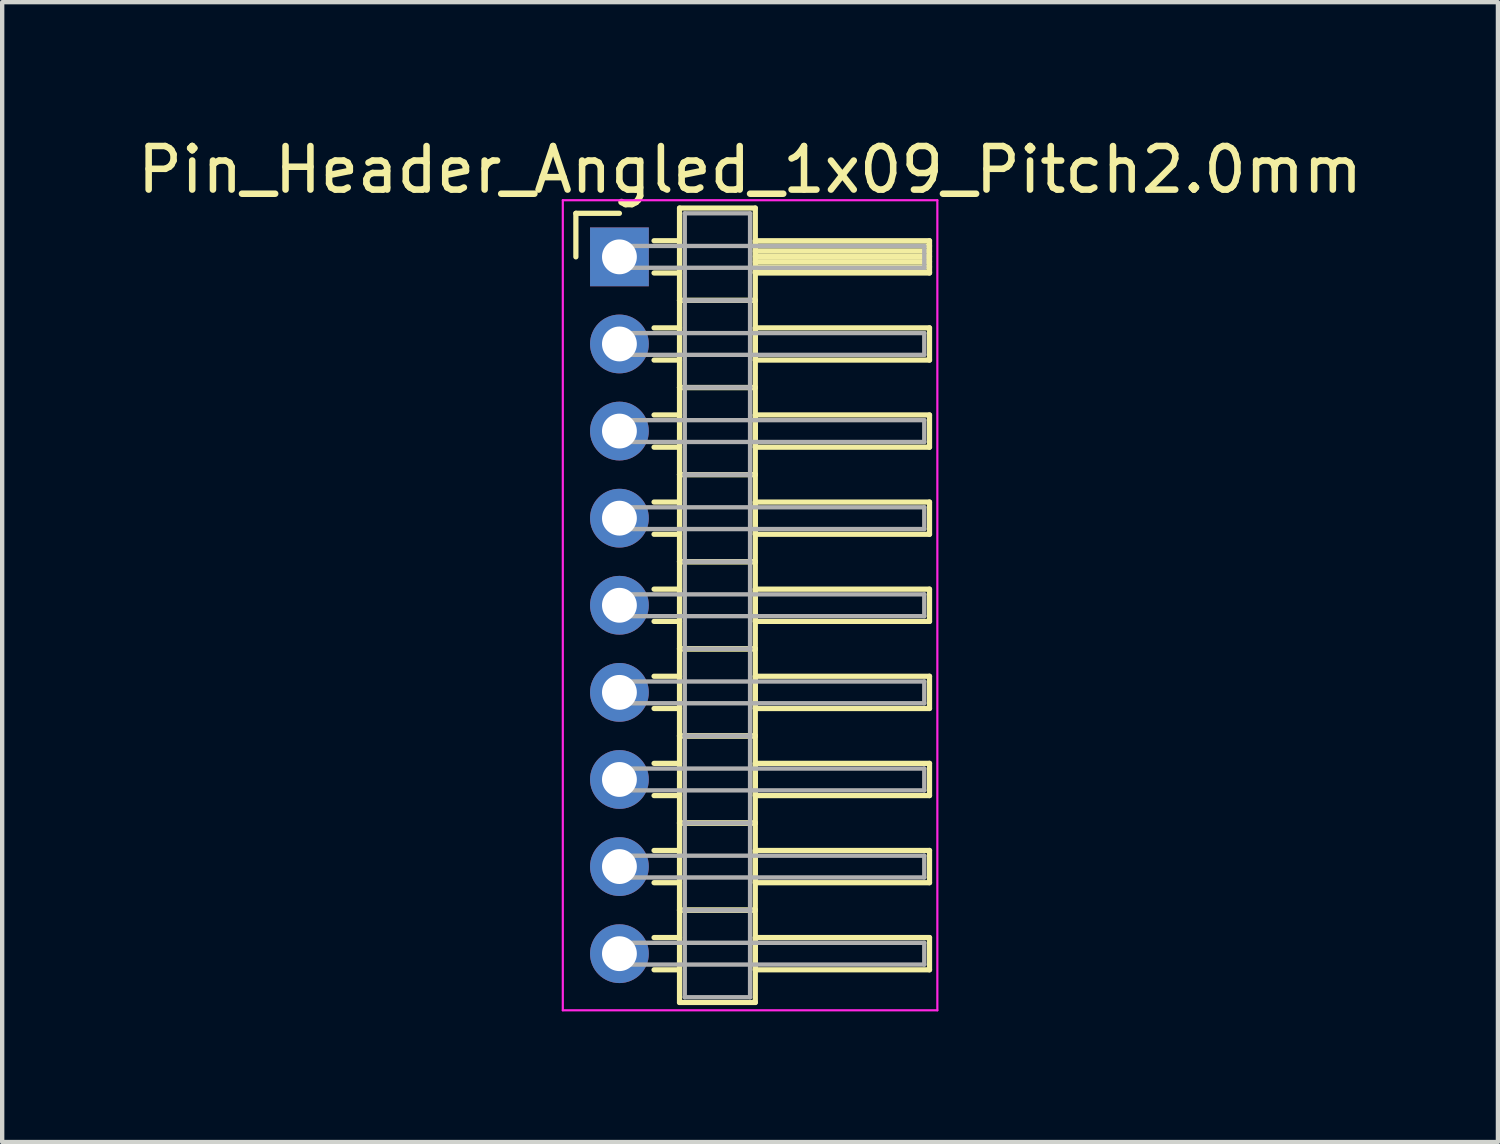
<source format=kicad_pcb>
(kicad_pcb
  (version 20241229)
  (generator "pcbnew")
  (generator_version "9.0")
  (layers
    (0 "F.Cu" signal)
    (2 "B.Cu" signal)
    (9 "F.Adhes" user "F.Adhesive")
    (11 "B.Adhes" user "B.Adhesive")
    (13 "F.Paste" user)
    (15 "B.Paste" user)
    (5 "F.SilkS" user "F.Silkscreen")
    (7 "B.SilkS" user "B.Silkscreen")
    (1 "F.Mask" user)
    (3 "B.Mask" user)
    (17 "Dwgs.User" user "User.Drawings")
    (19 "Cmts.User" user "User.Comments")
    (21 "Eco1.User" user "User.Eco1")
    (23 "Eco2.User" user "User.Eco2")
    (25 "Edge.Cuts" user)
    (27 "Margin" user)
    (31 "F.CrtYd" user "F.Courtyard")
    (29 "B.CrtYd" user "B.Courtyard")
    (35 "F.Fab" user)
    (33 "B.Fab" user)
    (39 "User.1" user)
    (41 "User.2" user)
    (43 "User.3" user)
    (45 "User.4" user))
  (footprint "Pin_Header_Angled_1x09_Pitch2.0mm"
    (layer "F.Cu")
    (at 11.173 2.848)
    (property "Reference" "Pin_Header_Angled_1x09_Pitch2.0mm" (at 3 -2 0) (layer "F.SilkS") (effects (font (size 1 1) (thickness 0.15))))
    (attr through_hole)
    (fp_line (start -1 -1) (end 0 -1) (stroke (width 0.12) (type solid)) (layer "F.SilkS"))
    (fp_line (start -1 0) (end -1 -1) (stroke (width 0.12) (type solid)) (layer "F.SilkS"))
    (fp_line (start 0.795 -0.37) (end 1.38 -0.37) (stroke (width 0.12) (type solid)) (layer "F.SilkS"))
    (fp_line (start 0.795 0.37) (end 1.38 0.37) (stroke (width 0.12) (type solid)) (layer "F.SilkS"))
    (fp_line (start 0.795 1.63) (end 1.38 1.63) (stroke (width 0.12) (type solid)) (layer "F.SilkS"))
    (fp_line (start 0.795 2.37) (end 1.38 2.37) (stroke (width 0.12) (type solid)) (layer "F.SilkS"))
    (fp_line (start 0.795 3.63) (end 1.38 3.63) (stroke (width 0.12) (type solid)) (layer "F.SilkS"))
    (fp_line (start 0.795 4.37) (end 1.38 4.37) (stroke (width 0.12) (type solid)) (layer "F.SilkS"))
    (fp_line (start 0.795 5.63) (end 1.38 5.63) (stroke (width 0.12) (type solid)) (layer "F.SilkS"))
    (fp_line (start 0.795 6.37) (end 1.38 6.37) (stroke (width 0.12) (type solid)) (layer "F.SilkS"))
    (fp_line (start 0.795 7.63) (end 1.38 7.63) (stroke (width 0.12) (type solid)) (layer "F.SilkS"))
    (fp_line (start 0.795 8.37) (end 1.38 8.37) (stroke (width 0.12) (type solid)) (layer "F.SilkS"))
    (fp_line (start 0.795 9.63) (end 1.38 9.63) (stroke (width 0.12) (type solid)) (layer "F.SilkS"))
    (fp_line (start 0.795 10.37) (end 1.38 10.37) (stroke (width 0.12) (type solid)) (layer "F.SilkS"))
    (fp_line (start 0.795 11.63) (end 1.38 11.63) (stroke (width 0.12) (type solid)) (layer "F.SilkS"))
    (fp_line (start 0.795 12.37) (end 1.38 12.37) (stroke (width 0.12) (type solid)) (layer "F.SilkS"))
    (fp_line (start 0.795 13.63) (end 1.38 13.63) (stroke (width 0.12) (type solid)) (layer "F.SilkS"))
    (fp_line (start 0.795 14.37) (end 1.38 14.37) (stroke (width 0.12) (type solid)) (layer "F.SilkS"))
    (fp_line (start 0.795 15.63) (end 1.38 15.63) (stroke (width 0.12) (type solid)) (layer "F.SilkS"))
    (fp_line (start 0.795 16.37) (end 1.38 16.37) (stroke (width 0.12) (type solid)) (layer "F.SilkS"))
    (fp_line (start 1.38 -1.12) (end 1.38 1) (stroke (width 0.12) (type solid)) (layer "F.SilkS"))
    (fp_line (start 1.38 1) (end 1.38 3) (stroke (width 0.12) (type solid)) (layer "F.SilkS"))
    (fp_line (start 1.38 1) (end 3.12 1) (stroke (width 0.12) (type solid)) (layer "F.SilkS"))
    (fp_line (start 1.38 3) (end 1.38 5) (stroke (width 0.12) (type solid)) (layer "F.SilkS"))
    (fp_line (start 1.38 3) (end 3.12 3) (stroke (width 0.12) (type solid)) (layer "F.SilkS"))
    (fp_line (start 1.38 5) (end 1.38 7) (stroke (width 0.12) (type solid)) (layer "F.SilkS"))
    (fp_line (start 1.38 5) (end 3.12 5) (stroke (width 0.12) (type solid)) (layer "F.SilkS"))
    (fp_line (start 1.38 7) (end 1.38 9) (stroke (width 0.12) (type solid)) (layer "F.SilkS"))
    (fp_line (start 1.38 7) (end 3.12 7) (stroke (width 0.12) (type solid)) (layer "F.SilkS"))
    (fp_line (start 1.38 9) (end 1.38 11) (stroke (width 0.12) (type solid)) (layer "F.SilkS"))
    (fp_line (start 1.38 9) (end 3.12 9) (stroke (width 0.12) (type solid)) (layer "F.SilkS"))
    (fp_line (start 1.38 11) (end 1.38 13) (stroke (width 0.12) (type solid)) (layer "F.SilkS"))
    (fp_line (start 1.38 11) (end 3.12 11) (stroke (width 0.12) (type solid)) (layer "F.SilkS"))
    (fp_line (start 1.38 13) (end 1.38 15) (stroke (width 0.12) (type solid)) (layer "F.SilkS"))
    (fp_line (start 1.38 13) (end 3.12 13) (stroke (width 0.12) (type solid)) (layer "F.SilkS"))
    (fp_line (start 1.38 15) (end 1.38 17.12) (stroke (width 0.12) (type solid)) (layer "F.SilkS"))
    (fp_line (start 1.38 15) (end 3.12 15) (stroke (width 0.12) (type solid)) (layer "F.SilkS"))
    (fp_line (start 1.38 17.12) (end 3.12 17.12) (stroke (width 0.12) (type solid)) (layer "F.SilkS"))
    (fp_line (start 3.12 -1.12) (end 1.38 -1.12) (stroke (width 0.12) (type solid)) (layer "F.SilkS"))
    (fp_line (start 3.12 -0.37) (end 3.12 0.37) (stroke (width 0.12) (type solid)) (layer "F.SilkS"))
    (fp_line (start 3.12 -0.25) (end 7.12 -0.25) (stroke (width 0.12) (type solid)) (layer "F.SilkS"))
    (fp_line (start 3.12 -0.13) (end 7.12 -0.13) (stroke (width 0.12) (type solid)) (layer "F.SilkS"))
    (fp_line (start 3.12 -0.01) (end 7.12 -0.01) (stroke (width 0.12) (type solid)) (layer "F.SilkS"))
    (fp_line (start 3.12 0.11) (end 7.12 0.11) (stroke (width 0.12) (type solid)) (layer "F.SilkS"))
    (fp_line (start 3.12 0.23) (end 7.12 0.23) (stroke (width 0.12) (type solid)) (layer "F.SilkS"))
    (fp_line (start 3.12 0.35) (end 7.12 0.35) (stroke (width 0.12) (type solid)) (layer "F.SilkS"))
    (fp_line (start 3.12 0.37) (end 7.12 0.37) (stroke (width 0.12) (type solid)) (layer "F.SilkS"))
    (fp_line (start 3.12 1) (end 1.38 1) (stroke (width 0.12) (type solid)) (layer "F.SilkS"))
    (fp_line (start 3.12 1) (end 3.12 -1.12) (stroke (width 0.12) (type solid)) (layer "F.SilkS"))
    (fp_line (start 3.12 1.63) (end 3.12 2.37) (stroke (width 0.12) (type solid)) (layer "F.SilkS"))
    (fp_line (start 3.12 2.37) (end 7.12 2.37) (stroke (width 0.12) (type solid)) (layer "F.SilkS"))
    (fp_line (start 3.12 3) (end 1.38 3) (stroke (width 0.12) (type solid)) (layer "F.SilkS"))
    (fp_line (start 3.12 3) (end 3.12 1) (stroke (width 0.12) (type solid)) (layer "F.SilkS"))
    (fp_line (start 3.12 3.63) (end 3.12 4.37) (stroke (width 0.12) (type solid)) (layer "F.SilkS"))
    (fp_line (start 3.12 4.37) (end 7.12 4.37) (stroke (width 0.12) (type solid)) (layer "F.SilkS"))
    (fp_line (start 3.12 5) (end 1.38 5) (stroke (width 0.12) (type solid)) (layer "F.SilkS"))
    (fp_line (start 3.12 5) (end 3.12 3) (stroke (width 0.12) (type solid)) (layer "F.SilkS"))
    (fp_line (start 3.12 5.63) (end 3.12 6.37) (stroke (width 0.12) (type solid)) (layer "F.SilkS"))
    (fp_line (start 3.12 6.37) (end 7.12 6.37) (stroke (width 0.12) (type solid)) (layer "F.SilkS"))
    (fp_line (start 3.12 7) (end 1.38 7) (stroke (width 0.12) (type solid)) (layer "F.SilkS"))
    (fp_line (start 3.12 7) (end 3.12 5) (stroke (width 0.12) (type solid)) (layer "F.SilkS"))
    (fp_line (start 3.12 7.63) (end 3.12 8.37) (stroke (width 0.12) (type solid)) (layer "F.SilkS"))
    (fp_line (start 3.12 8.37) (end 7.12 8.37) (stroke (width 0.12) (type solid)) (layer "F.SilkS"))
    (fp_line (start 3.12 9) (end 1.38 9) (stroke (width 0.12) (type solid)) (layer "F.SilkS"))
    (fp_line (start 3.12 9) (end 3.12 7) (stroke (width 0.12) (type solid)) (layer "F.SilkS"))
    (fp_line (start 3.12 9.63) (end 3.12 10.37) (stroke (width 0.12) (type solid)) (layer "F.SilkS"))
    (fp_line (start 3.12 10.37) (end 7.12 10.37) (stroke (width 0.12) (type solid)) (layer "F.SilkS"))
    (fp_line (start 3.12 11) (end 1.38 11) (stroke (width 0.12) (type solid)) (layer "F.SilkS"))
    (fp_line (start 3.12 11) (end 3.12 9) (stroke (width 0.12) (type solid)) (layer "F.SilkS"))
    (fp_line (start 3.12 11.63) (end 3.12 12.37) (stroke (width 0.12) (type solid)) (layer "F.SilkS"))
    (fp_line (start 3.12 12.37) (end 7.12 12.37) (stroke (width 0.12) (type solid)) (layer "F.SilkS"))
    (fp_line (start 3.12 13) (end 1.38 13) (stroke (width 0.12) (type solid)) (layer "F.SilkS"))
    (fp_line (start 3.12 13) (end 3.12 11) (stroke (width 0.12) (type solid)) (layer "F.SilkS"))
    (fp_line (start 3.12 13.63) (end 3.12 14.37) (stroke (width 0.12) (type solid)) (layer "F.SilkS"))
    (fp_line (start 3.12 14.37) (end 7.12 14.37) (stroke (width 0.12) (type solid)) (layer "F.SilkS"))
    (fp_line (start 3.12 15) (end 1.38 15) (stroke (width 0.12) (type solid)) (layer "F.SilkS"))
    (fp_line (start 3.12 15) (end 3.12 13) (stroke (width 0.12) (type solid)) (layer "F.SilkS"))
    (fp_line (start 3.12 15.63) (end 3.12 16.37) (stroke (width 0.12) (type solid)) (layer "F.SilkS"))
    (fp_line (start 3.12 16.37) (end 7.12 16.37) (stroke (width 0.12) (type solid)) (layer "F.SilkS"))
    (fp_line (start 3.12 17.12) (end 3.12 15) (stroke (width 0.12) (type solid)) (layer "F.SilkS"))
    (fp_line (start 7.12 -0.37) (end 3.12 -0.37) (stroke (width 0.12) (type solid)) (layer "F.SilkS"))
    (fp_line (start 7.12 0.37) (end 7.12 -0.37) (stroke (width 0.12) (type solid)) (layer "F.SilkS"))
    (fp_line (start 7.12 1.63) (end 3.12 1.63) (stroke (width 0.12) (type solid)) (layer "F.SilkS"))
    (fp_line (start 7.12 2.37) (end 7.12 1.63) (stroke (width 0.12) (type solid)) (layer "F.SilkS"))
    (fp_line (start 7.12 3.63) (end 3.12 3.63) (stroke (width 0.12) (type solid)) (layer "F.SilkS"))
    (fp_line (start 7.12 4.37) (end 7.12 3.63) (stroke (width 0.12) (type solid)) (layer "F.SilkS"))
    (fp_line (start 7.12 5.63) (end 3.12 5.63) (stroke (width 0.12) (type solid)) (layer "F.SilkS"))
    (fp_line (start 7.12 6.37) (end 7.12 5.63) (stroke (width 0.12) (type solid)) (layer "F.SilkS"))
    (fp_line (start 7.12 7.63) (end 3.12 7.63) (stroke (width 0.12) (type solid)) (layer "F.SilkS"))
    (fp_line (start 7.12 8.37) (end 7.12 7.63) (stroke (width 0.12) (type solid)) (layer "F.SilkS"))
    (fp_line (start 7.12 9.63) (end 3.12 9.63) (stroke (width 0.12) (type solid)) (layer "F.SilkS"))
    (fp_line (start 7.12 10.37) (end 7.12 9.63) (stroke (width 0.12) (type solid)) (layer "F.SilkS"))
    (fp_line (start 7.12 11.63) (end 3.12 11.63) (stroke (width 0.12) (type solid)) (layer "F.SilkS"))
    (fp_line (start 7.12 12.37) (end 7.12 11.63) (stroke (width 0.12) (type solid)) (layer "F.SilkS"))
    (fp_line (start 7.12 13.63) (end 3.12 13.63) (stroke (width 0.12) (type solid)) (layer "F.SilkS"))
    (fp_line (start 7.12 14.37) (end 7.12 13.63) (stroke (width 0.12) (type solid)) (layer "F.SilkS"))
    (fp_line (start 7.12 15.63) (end 3.12 15.63) (stroke (width 0.12) (type solid)) (layer "F.SilkS"))
    (fp_line (start 7.12 16.37) (end 7.12 15.63) (stroke (width 0.12) (type solid)) (layer "F.SilkS"))
    (fp_line (start -1.3 -1.3) (end -1.3 17.3) (stroke (width 0.05) (type solid)) (layer "F.CrtYd"))
    (fp_line (start -1.3 17.3) (end 7.3 17.3) (stroke (width 0.05) (type solid)) (layer "F.CrtYd"))
    (fp_line (start 7.3 -1.3) (end -1.3 -1.3) (stroke (width 0.05) (type solid)) (layer "F.CrtYd"))
    (fp_line (start 7.3 17.3) (end 7.3 -1.3) (stroke (width 0.05) (type solid)) (layer "F.CrtYd"))
    (fp_line (start 0 -0.25) (end 0 0.25) (stroke (width 0.1) (type solid)) (layer "F.Fab"))
    (fp_line (start 0 0.25) (end 7 0.25) (stroke (width 0.1) (type solid)) (layer "F.Fab"))
    (fp_line (start 0 1.75) (end 0 2.25) (stroke (width 0.1) (type solid)) (layer "F.Fab"))
    (fp_line (start 0 2.25) (end 7 2.25) (stroke (width 0.1) (type solid)) (layer "F.Fab"))
    (fp_line (start 0 3.75) (end 0 4.25) (stroke (width 0.1) (type solid)) (layer "F.Fab"))
    (fp_line (start 0 4.25) (end 7 4.25) (stroke (width 0.1) (type solid)) (layer "F.Fab"))
    (fp_line (start 0 5.75) (end 0 6.25) (stroke (width 0.1) (type solid)) (layer "F.Fab"))
    (fp_line (start 0 6.25) (end 7 6.25) (stroke (width 0.1) (type solid)) (layer "F.Fab"))
    (fp_line (start 0 7.75) (end 0 8.25) (stroke (width 0.1) (type solid)) (layer "F.Fab"))
    (fp_line (start 0 8.25) (end 7 8.25) (stroke (width 0.1) (type solid)) (layer "F.Fab"))
    (fp_line (start 0 9.75) (end 0 10.25) (stroke (width 0.1) (type solid)) (layer "F.Fab"))
    (fp_line (start 0 10.25) (end 7 10.25) (stroke (width 0.1) (type solid)) (layer "F.Fab"))
    (fp_line (start 0 11.75) (end 0 12.25) (stroke (width 0.1) (type solid)) (layer "F.Fab"))
    (fp_line (start 0 12.25) (end 7 12.25) (stroke (width 0.1) (type solid)) (layer "F.Fab"))
    (fp_line (start 0 13.75) (end 0 14.25) (stroke (width 0.1) (type solid)) (layer "F.Fab"))
    (fp_line (start 0 14.25) (end 7 14.25) (stroke (width 0.1) (type solid)) (layer "F.Fab"))
    (fp_line (start 0 15.75) (end 0 16.25) (stroke (width 0.1) (type solid)) (layer "F.Fab"))
    (fp_line (start 0 16.25) (end 7 16.25) (stroke (width 0.1) (type solid)) (layer "F.Fab"))
    (fp_line (start 1.5 -1) (end 1.5 1) (stroke (width 0.1) (type solid)) (layer "F.Fab"))
    (fp_line (start 1.5 1) (end 1.5 3) (stroke (width 0.1) (type solid)) (layer "F.Fab"))
    (fp_line (start 1.5 1) (end 3 1) (stroke (width 0.1) (type solid)) (layer "F.Fab"))
    (fp_line (start 1.5 3) (end 1.5 5) (stroke (width 0.1) (type solid)) (layer "F.Fab"))
    (fp_line (start 1.5 3) (end 3 3) (stroke (width 0.1) (type solid)) (layer "F.Fab"))
    (fp_line (start 1.5 5) (end 1.5 7) (stroke (width 0.1) (type solid)) (layer "F.Fab"))
    (fp_line (start 1.5 5) (end 3 5) (stroke (width 0.1) (type solid)) (layer "F.Fab"))
    (fp_line (start 1.5 7) (end 1.5 9) (stroke (width 0.1) (type solid)) (layer "F.Fab"))
    (fp_line (start 1.5 7) (end 3 7) (stroke (width 0.1) (type solid)) (layer "F.Fab"))
    (fp_line (start 1.5 9) (end 1.5 11) (stroke (width 0.1) (type solid)) (layer "F.Fab"))
    (fp_line (start 1.5 9) (end 3 9) (stroke (width 0.1) (type solid)) (layer "F.Fab"))
    (fp_line (start 1.5 11) (end 1.5 13) (stroke (width 0.1) (type solid)) (layer "F.Fab"))
    (fp_line (start 1.5 11) (end 3 11) (stroke (width 0.1) (type solid)) (layer "F.Fab"))
    (fp_line (start 1.5 13) (end 1.5 15) (stroke (width 0.1) (type solid)) (layer "F.Fab"))
    (fp_line (start 1.5 13) (end 3 13) (stroke (width 0.1) (type solid)) (layer "F.Fab"))
    (fp_line (start 1.5 15) (end 1.5 17) (stroke (width 0.1) (type solid)) (layer "F.Fab"))
    (fp_line (start 1.5 15) (end 3 15) (stroke (width 0.1) (type solid)) (layer "F.Fab"))
    (fp_line (start 1.5 17) (end 3 17) (stroke (width 0.1) (type solid)) (layer "F.Fab"))
    (fp_line (start 3 -1) (end 1.5 -1) (stroke (width 0.1) (type solid)) (layer "F.Fab"))
    (fp_line (start 3 1) (end 1.5 1) (stroke (width 0.1) (type solid)) (layer "F.Fab"))
    (fp_line (start 3 1) (end 3 -1) (stroke (width 0.1) (type solid)) (layer "F.Fab"))
    (fp_line (start 3 3) (end 1.5 3) (stroke (width 0.1) (type solid)) (layer "F.Fab"))
    (fp_line (start 3 3) (end 3 1) (stroke (width 0.1) (type solid)) (layer "F.Fab"))
    (fp_line (start 3 5) (end 1.5 5) (stroke (width 0.1) (type solid)) (layer "F.Fab"))
    (fp_line (start 3 5) (end 3 3) (stroke (width 0.1) (type solid)) (layer "F.Fab"))
    (fp_line (start 3 7) (end 1.5 7) (stroke (width 0.1) (type solid)) (layer "F.Fab"))
    (fp_line (start 3 7) (end 3 5) (stroke (width 0.1) (type solid)) (layer "F.Fab"))
    (fp_line (start 3 9) (end 1.5 9) (stroke (width 0.1) (type solid)) (layer "F.Fab"))
    (fp_line (start 3 9) (end 3 7) (stroke (width 0.1) (type solid)) (layer "F.Fab"))
    (fp_line (start 3 11) (end 1.5 11) (stroke (width 0.1) (type solid)) (layer "F.Fab"))
    (fp_line (start 3 11) (end 3 9) (stroke (width 0.1) (type solid)) (layer "F.Fab"))
    (fp_line (start 3 13) (end 1.5 13) (stroke (width 0.1) (type solid)) (layer "F.Fab"))
    (fp_line (start 3 13) (end 3 11) (stroke (width 0.1) (type solid)) (layer "F.Fab"))
    (fp_line (start 3 15) (end 1.5 15) (stroke (width 0.1) (type solid)) (layer "F.Fab"))
    (fp_line (start 3 15) (end 3 13) (stroke (width 0.1) (type solid)) (layer "F.Fab"))
    (fp_line (start 3 17) (end 3 15) (stroke (width 0.1) (type solid)) (layer "F.Fab"))
    (fp_line (start 7 -0.25) (end 0 -0.25) (stroke (width 0.1) (type solid)) (layer "F.Fab"))
    (fp_line (start 7 0.25) (end 7 -0.25) (stroke (width 0.1) (type solid)) (layer "F.Fab"))
    (fp_line (start 7 1.75) (end 0 1.75) (stroke (width 0.1) (type solid)) (layer "F.Fab"))
    (fp_line (start 7 2.25) (end 7 1.75) (stroke (width 0.1) (type solid)) (layer "F.Fab"))
    (fp_line (start 7 3.75) (end 0 3.75) (stroke (width 0.1) (type solid)) (layer "F.Fab"))
    (fp_line (start 7 4.25) (end 7 3.75) (stroke (width 0.1) (type solid)) (layer "F.Fab"))
    (fp_line (start 7 5.75) (end 0 5.75) (stroke (width 0.1) (type solid)) (layer "F.Fab"))
    (fp_line (start 7 6.25) (end 7 5.75) (stroke (width 0.1) (type solid)) (layer "F.Fab"))
    (fp_line (start 7 7.75) (end 0 7.75) (stroke (width 0.1) (type solid)) (layer "F.Fab"))
    (fp_line (start 7 8.25) (end 7 7.75) (stroke (width 0.1) (type solid)) (layer "F.Fab"))
    (fp_line (start 7 9.75) (end 0 9.75) (stroke (width 0.1) (type solid)) (layer "F.Fab"))
    (fp_line (start 7 10.25) (end 7 9.75) (stroke (width 0.1) (type solid)) (layer "F.Fab"))
    (fp_line (start 7 11.75) (end 0 11.75) (stroke (width 0.1) (type solid)) (layer "F.Fab"))
    (fp_line (start 7 12.25) (end 7 11.75) (stroke (width 0.1) (type solid)) (layer "F.Fab"))
    (fp_line (start 7 13.75) (end 0 13.75) (stroke (width 0.1) (type solid)) (layer "F.Fab"))
    (fp_line (start 7 14.25) (end 7 13.75) (stroke (width 0.1) (type solid)) (layer "F.Fab"))
    (fp_line (start 7 15.75) (end 0 15.75) (stroke (width 0.1) (type solid)) (layer "F.Fab"))
    (fp_line (start 7 16.25) (end 7 15.75) (stroke (width 0.1) (type solid)) (layer "F.Fab"))
    (pad "1" thru_hole rect (at 0 0) (size 1.35 1.35) (drill 0.8) (layers "*.Cu" "*.Mask"))
    (pad "2" thru_hole oval (at 0 2) (size 1.35 1.35) (drill 0.8) (layers "*.Cu" "*.Mask"))
    (pad "3" thru_hole oval (at 0 4) (size 1.35 1.35) (drill 0.8) (layers "*.Cu" "*.Mask"))
    (pad "4" thru_hole oval (at 0 6) (size 1.35 1.35) (drill 0.8) (layers "*.Cu" "*.Mask"))
    (pad "5" thru_hole oval (at 0 8) (size 1.35 1.35) (drill 0.8) (layers "*.Cu" "*.Mask"))
    (pad "6" thru_hole oval (at 0 10) (size 1.35 1.35) (drill 0.8) (layers "*.Cu" "*.Mask"))
    (pad "7" thru_hole oval (at 0 12) (size 1.35 1.35) (drill 0.8) (layers "*.Cu" "*.Mask"))
    (pad "8" thru_hole oval (at 0 14) (size 1.35 1.35) (drill 0.8) (layers "*.Cu" "*.Mask"))
    (pad "9" thru_hole oval (at 0 16) (size 1.35 1.35) (drill 0.8) (layers "*.Cu" "*.Mask")))
  (gr_rect
    (start -3 -3)
    (end 31.345 23.173)
    (stroke (width 0.1) (type default))
    (fill no)
    (layer "Edge.Cuts")))
</source>
